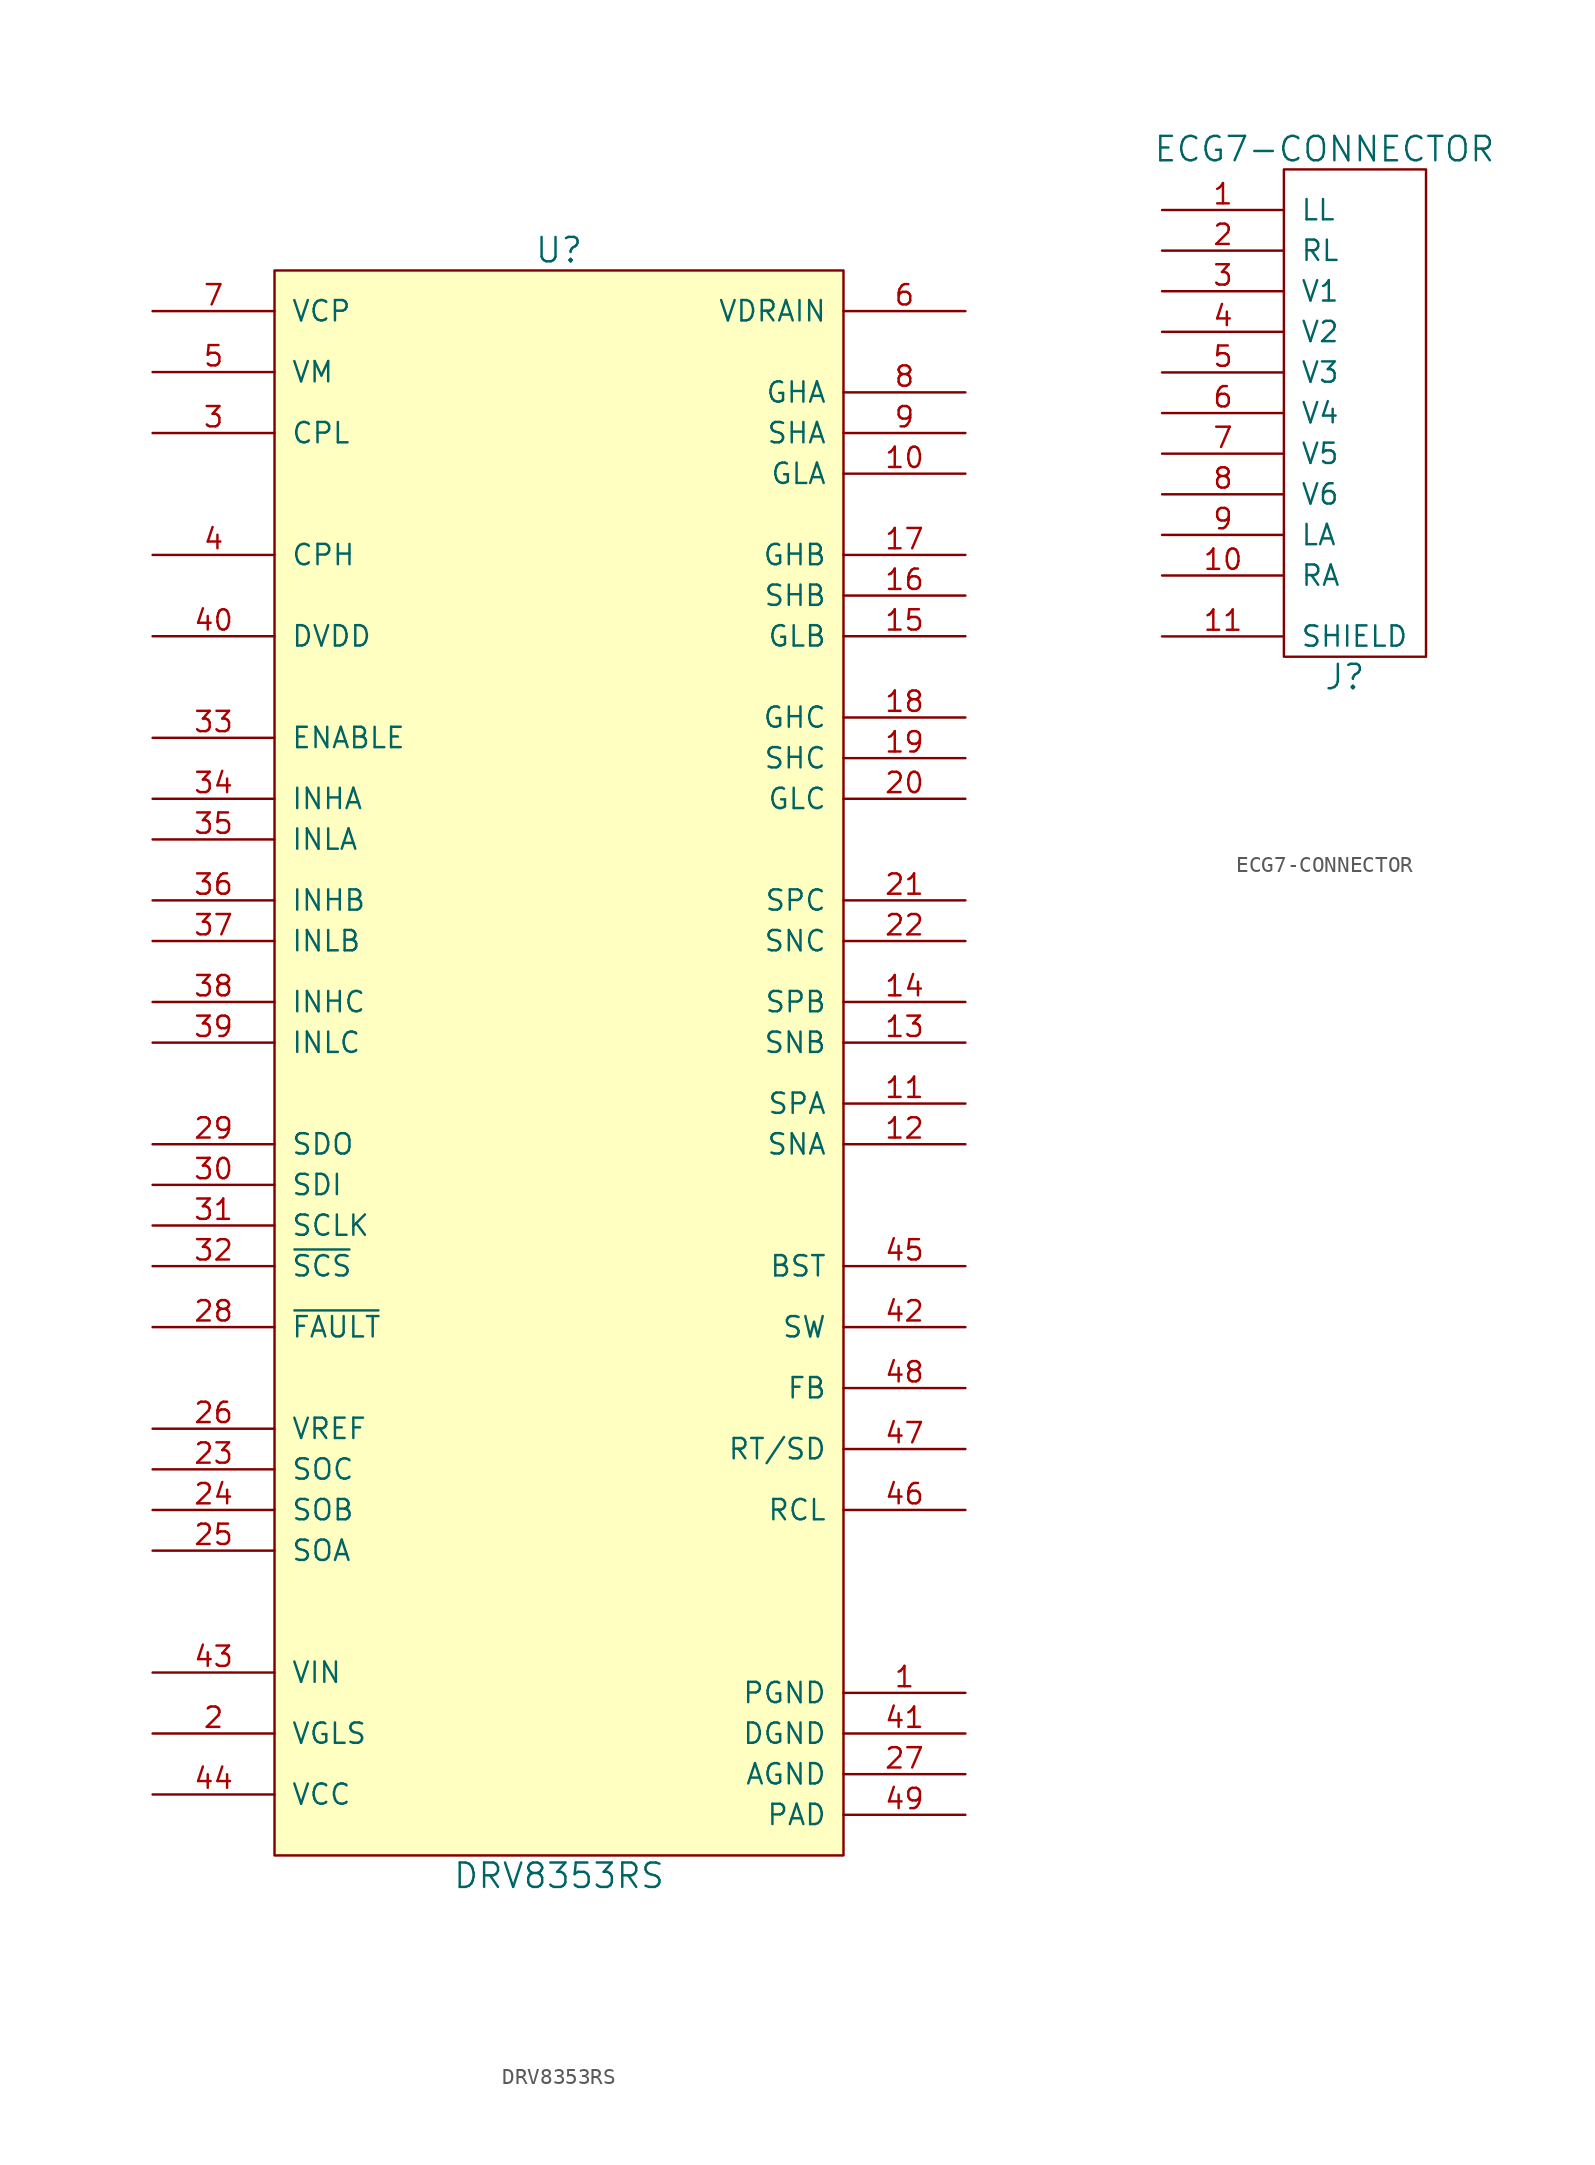
<source format=kicad_sym>
(kicad_symbol_lib
  (version 20211014)
  (generator kicad_symbol_editor)
  (symbol "DRV8353RS"
    (pin_names
      (offset 1.016))
    (property "Reference" "U"
      (at 0 50.8 0)
      (effects (font (size 1.524 1.524))))
    (property "Value" "DRV8353RS"
      (at 0 -50.8 0)
      (effects (font (size 1.524 1.524))))
    (property "Footprint" ""
      (at 0 0 0)
      (effects (font (size 1.524 1.524))))
    (property "Datasheet" ""
      (at 0 0 0)
      (effects (font (size 1.524 1.524))))
    (symbol "DRV8353RS_0_1"
      (rectangle (start -17.78 49.53) (end 17.78 -49.53) (stroke (width 0) (type default) (color 0 0 0 0)) (fill (type background))))
    (symbol "DRV8353RS_1_0"
      (pin power_in line (at -25.4 -38.1 0) (length 7.62) (name "VIN" (effects (font (size 1.27 1.27)))) (number "43" (effects (font (size 1.27 1.27))))))
    (symbol "DRV8353RS_1_1"
      (pin power_in line (at 25.4 -39.37 180) (length 7.62) (name "PGND" (effects (font (size 1.27 1.27)))) (number "1" (effects (font (size 1.27 1.27)))))
      (pin output line (at 25.4 36.83 180) (length 7.62) (name "GLA" (effects (font (size 1.27 1.27)))) (number "10" (effects (font (size 1.27 1.27)))))
      (pin input line (at 25.4 -2.54 180) (length 7.62) (name "SPA" (effects (font (size 1.27 1.27)))) (number "11" (effects (font (size 1.27 1.27)))))
      (pin input line (at 25.4 -5.08 180) (length 7.62) (name "SNA" (effects (font (size 1.27 1.27)))) (number "12" (effects (font (size 1.27 1.27)))))
      (pin input line (at 25.4 1.27 180) (length 7.62) (name "SNB" (effects (font (size 1.27 1.27)))) (number "13" (effects (font (size 1.27 1.27)))))
      (pin input line (at 25.4 3.81 180) (length 7.62) (name "SPB" (effects (font (size 1.27 1.27)))) (number "14" (effects (font (size 1.27 1.27)))))
      (pin output line (at 25.4 26.67 180) (length 7.62) (name "GLB" (effects (font (size 1.27 1.27)))) (number "15" (effects (font (size 1.27 1.27)))))
      (pin input line (at 25.4 29.21 180) (length 7.62) (name "SHB" (effects (font (size 1.27 1.27)))) (number "16" (effects (font (size 1.27 1.27)))))
      (pin output line (at 25.4 31.75 180) (length 7.62) (name "GHB" (effects (font (size 1.27 1.27)))) (number "17" (effects (font (size 1.27 1.27)))))
      (pin output line (at 25.4 21.59 180) (length 7.62) (name "GHC" (effects (font (size 1.27 1.27)))) (number "18" (effects (font (size 1.27 1.27)))))
      (pin input line (at 25.4 19.05 180) (length 7.62) (name "SHC" (effects (font (size 1.27 1.27)))) (number "19" (effects (font (size 1.27 1.27)))))
      (pin output line (at -25.4 -41.91 0) (length 7.62) (name "VGLS" (effects (font (size 1.27 1.27)))) (number "2" (effects (font (size 1.27 1.27)))))
      (pin output line (at 25.4 16.51 180) (length 7.62) (name "GLC" (effects (font (size 1.27 1.27)))) (number "20" (effects (font (size 1.27 1.27)))))
      (pin input line (at 25.4 10.16 180) (length 7.62) (name "SPC" (effects (font (size 1.27 1.27)))) (number "21" (effects (font (size 1.27 1.27)))))
      (pin input line (at 25.4 7.62 180) (length 7.62) (name "SNC" (effects (font (size 1.27 1.27)))) (number "22" (effects (font (size 1.27 1.27)))))
      (pin output line (at -25.4 -25.4 0) (length 7.62) (name "SOC" (effects (font (size 1.27 1.27)))) (number "23" (effects (font (size 1.27 1.27)))))
      (pin output line (at -25.4 -27.94 0) (length 7.62) (name "SOB" (effects (font (size 1.27 1.27)))) (number "24" (effects (font (size 1.27 1.27)))))
      (pin output line (at -25.4 -30.48 0) (length 7.62) (name "SOA" (effects (font (size 1.27 1.27)))) (number "25" (effects (font (size 1.27 1.27)))))
      (pin input line (at -25.4 -22.86 0) (length 7.62) (name "VREF" (effects (font (size 1.27 1.27)))) (number "26" (effects (font (size 1.27 1.27)))))
      (pin power_in line (at 25.4 -44.45 180) (length 7.62) (name "AGND" (effects (font (size 1.27 1.27)))) (number "27" (effects (font (size 1.27 1.27)))))
      (pin open_collector line (at -25.4 -16.51 0) (length 7.62) (name "~{FAULT}" (effects (font (size 1.27 1.27)))) (number "28" (effects (font (size 1.27 1.27)))))
      (pin output line (at -25.4 -5.08 0) (length 7.62) (name "SDO" (effects (font (size 1.27 1.27)))) (number "29" (effects (font (size 1.27 1.27)))))
      (pin input line (at -25.4 39.37 0) (length 7.62) (name "CPL" (effects (font (size 1.27 1.27)))) (number "3" (effects (font (size 1.27 1.27)))))
      (pin input line (at -25.4 -7.62 0) (length 7.62) (name "SDI" (effects (font (size 1.27 1.27)))) (number "30" (effects (font (size 1.27 1.27)))))
      (pin input line (at -25.4 -10.16 0) (length 7.62) (name "SCLK" (effects (font (size 1.27 1.27)))) (number "31" (effects (font (size 1.27 1.27)))))
      (pin input line (at -25.4 -12.7 0) (length 7.62) (name "~{SCS}" (effects (font (size 1.27 1.27)))) (number "32" (effects (font (size 1.27 1.27)))))
      (pin input line (at -25.4 20.32 0) (length 7.62) (name "ENABLE" (effects (font (size 1.27 1.27)))) (number "33" (effects (font (size 1.27 1.27)))))
      (pin input line (at -25.4 16.51 0) (length 7.62) (name "INHA" (effects (font (size 1.27 1.27)))) (number "34" (effects (font (size 1.27 1.27)))))
      (pin input line (at -25.4 13.97 0) (length 7.62) (name "INLA" (effects (font (size 1.27 1.27)))) (number "35" (effects (font (size 1.27 1.27)))))
      (pin input line (at -25.4 10.16 0) (length 7.62) (name "INHB" (effects (font (size 1.27 1.27)))) (number "36" (effects (font (size 1.27 1.27)))))
      (pin input line (at -25.4 7.62 0) (length 7.62) (name "INLB" (effects (font (size 1.27 1.27)))) (number "37" (effects (font (size 1.27 1.27)))))
      (pin input line (at -25.4 3.81 0) (length 7.62) (name "INHC" (effects (font (size 1.27 1.27)))) (number "38" (effects (font (size 1.27 1.27)))))
      (pin input line (at -25.4 1.27 0) (length 7.62) (name "INLC" (effects (font (size 1.27 1.27)))) (number "39" (effects (font (size 1.27 1.27)))))
      (pin input line (at -25.4 31.75 0) (length 7.62) (name "CPH" (effects (font (size 1.27 1.27)))) (number "4" (effects (font (size 1.27 1.27)))))
      (pin passive line (at -25.4 26.67 0) (length 7.62) (name "DVDD" (effects (font (size 1.27 1.27)))) (number "40" (effects (font (size 1.27 1.27)))))
      (pin power_in line (at 25.4 -41.91 180) (length 7.62) (name "DGND" (effects (font (size 1.27 1.27)))) (number "41" (effects (font (size 1.27 1.27)))))
      (pin power_out line (at 25.4 -16.51 180) (length 7.62) (name "SW" (effects (font (size 1.27 1.27)))) (number "42" (effects (font (size 1.27 1.27)))))
      (pin power_out line (at -25.4 -45.72 0) (length 7.62) (name "VCC" (effects (font (size 1.27 1.27)))) (number "44" (effects (font (size 1.27 1.27)))))
      (pin power_in line (at 25.4 -12.7 180) (length 7.62) (name "BST" (effects (font (size 1.27 1.27)))) (number "45" (effects (font (size 1.27 1.27)))))
      (pin power_in line (at 25.4 -27.94 180) (length 7.62) (name "RCL" (effects (font (size 1.27 1.27)))) (number "46" (effects (font (size 1.27 1.27)))))
      (pin input line (at 25.4 -24.13 180) (length 7.62) (name "RT/SD" (effects (font (size 1.27 1.27)))) (number "47" (effects (font (size 1.27 1.27)))))
      (pin input line (at 25.4 -20.32 180) (length 7.62) (name "FB" (effects (font (size 1.27 1.27)))) (number "48" (effects (font (size 1.27 1.27)))))
      (pin power_in line (at 25.4 -46.99 180) (length 7.62) (name "PAD" (effects (font (size 1.27 1.27)))) (number "49" (effects (font (size 1.27 1.27)))))
      (pin power_in line (at -25.4 43.18 0) (length 7.62) (name "VM" (effects (font (size 1.27 1.27)))) (number "5" (effects (font (size 1.27 1.27)))))
      (pin output line (at 25.4 46.99 180) (length 7.62) (name "VDRAIN" (effects (font (size 1.27 1.27)))) (number "6" (effects (font (size 1.27 1.27)))))
      (pin input line (at -25.4 46.99 0) (length 7.62) (name "VCP" (effects (font (size 1.27 1.27)))) (number "7" (effects (font (size 1.27 1.27)))))
      (pin output line (at 25.4 41.91 180) (length 7.62) (name "GHA" (effects (font (size 1.27 1.27)))) (number "8" (effects (font (size 1.27 1.27)))))
      (pin input line (at 25.4 39.37 180) (length 7.62) (name "SHA" (effects (font (size 1.27 1.27)))) (number "9" (effects (font (size 1.27 1.27)))))))
  (symbol "ECG7-CONNECTOR"
    (pin_names
      (offset 1.016))
    (property "Reference" "J"
      (at 11.43 -16.51 0)
      (effects (font (size 1.524 1.524))))
    (property "Value" "ECG7-CONNECTOR"
      (at 10.16 16.51 0)
      (effects (font (size 1.524 1.524))))
    (property "Footprint" ""
      (at 0 -22.86 0)
      (effects (font (size 1.524 1.524))))
    (property "Datasheet" ""
      (at 0 -22.86 0)
      (effects (font (size 1.524 1.524))))
    (symbol "ECG7-CONNECTOR_0_1"
      (rectangle (start 7.62 15.24) (end 16.51 -15.24) (stroke (width 0) (type default) (color 0 0 0 0)) (fill (type none))))
    (symbol "ECG7-CONNECTOR_1_1"
      (pin input line (at 0 12.7 0) (length 7.62) (name "LL" (effects (font (size 1.27 1.27)))) (number "1" (effects (font (size 1.27 1.27)))))
      (pin input line (at 0 -10.16 0) (length 7.62) (name "RA" (effects (font (size 1.27 1.27)))) (number "10" (effects (font (size 1.27 1.27)))))
      (pin input line (at 0 -13.97 0) (length 7.62) (name "SHIELD" (effects (font (size 1.27 1.27)))) (number "11" (effects (font (size 1.27 1.27)))))
      (pin input line (at 0 10.16 0) (length 7.62) (name "RL" (effects (font (size 1.27 1.27)))) (number "2" (effects (font (size 1.27 1.27)))))
      (pin input line (at 0 7.62 0) (length 7.62) (name "V1" (effects (font (size 1.27 1.27)))) (number "3" (effects (font (size 1.27 1.27)))))
      (pin input line (at 0 5.08 0) (length 7.62) (name "V2" (effects (font (size 1.27 1.27)))) (number "4" (effects (font (size 1.27 1.27)))))
      (pin input line (at 0 2.54 0) (length 7.62) (name "V3" (effects (font (size 1.27 1.27)))) (number "5" (effects (font (size 1.27 1.27)))))
      (pin input line (at 0 0 0) (length 7.62) (name "V4" (effects (font (size 1.27 1.27)))) (number "6" (effects (font (size 1.27 1.27)))))
      (pin input line (at 0 -2.54 0) (length 7.62) (name "V5" (effects (font (size 1.27 1.27)))) (number "7" (effects (font (size 1.27 1.27)))))
      (pin input line (at 0 -5.08 0) (length 7.62) (name "V6" (effects (font (size 1.27 1.27)))) (number "8" (effects (font (size 1.27 1.27)))))
      (pin input line (at 0 -7.62 0) (length 7.62) (name "LA" (effects (font (size 1.27 1.27)))) (number "9" (effects (font (size 1.27 1.27))))))))
</source>
